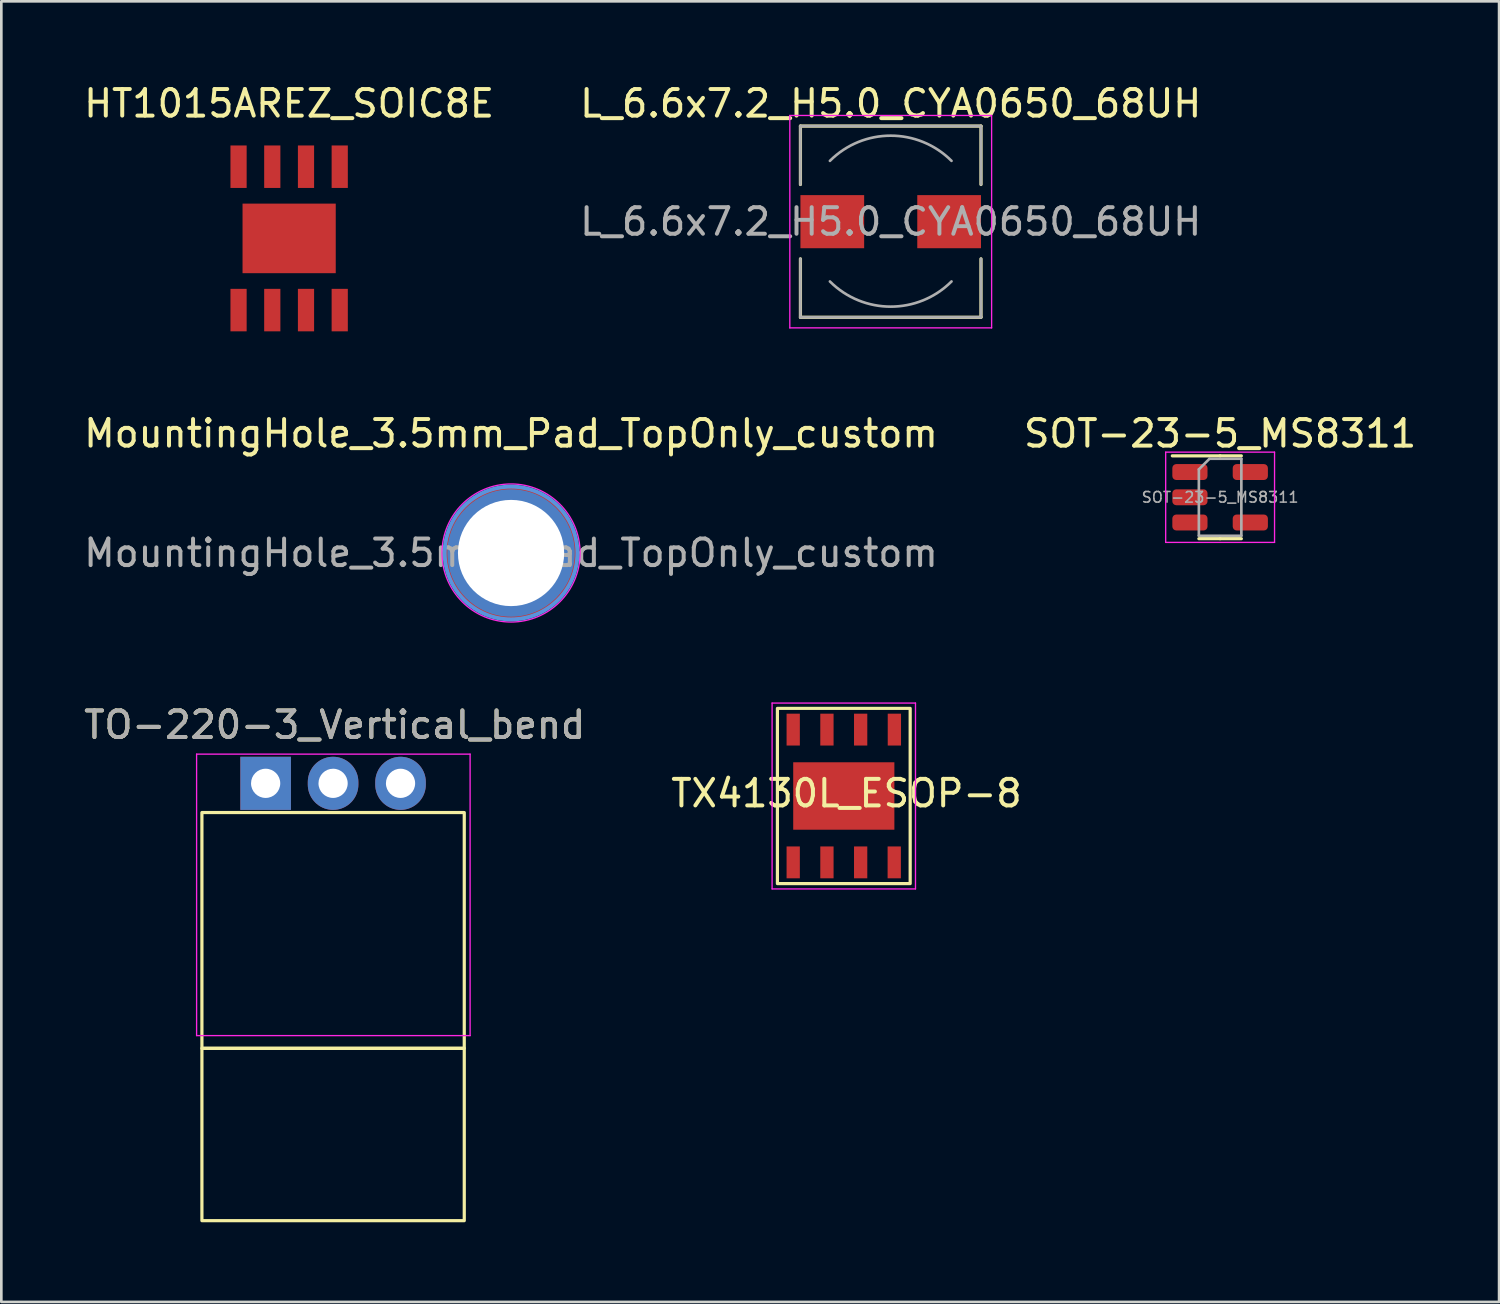
<source format=kicad_pcb>
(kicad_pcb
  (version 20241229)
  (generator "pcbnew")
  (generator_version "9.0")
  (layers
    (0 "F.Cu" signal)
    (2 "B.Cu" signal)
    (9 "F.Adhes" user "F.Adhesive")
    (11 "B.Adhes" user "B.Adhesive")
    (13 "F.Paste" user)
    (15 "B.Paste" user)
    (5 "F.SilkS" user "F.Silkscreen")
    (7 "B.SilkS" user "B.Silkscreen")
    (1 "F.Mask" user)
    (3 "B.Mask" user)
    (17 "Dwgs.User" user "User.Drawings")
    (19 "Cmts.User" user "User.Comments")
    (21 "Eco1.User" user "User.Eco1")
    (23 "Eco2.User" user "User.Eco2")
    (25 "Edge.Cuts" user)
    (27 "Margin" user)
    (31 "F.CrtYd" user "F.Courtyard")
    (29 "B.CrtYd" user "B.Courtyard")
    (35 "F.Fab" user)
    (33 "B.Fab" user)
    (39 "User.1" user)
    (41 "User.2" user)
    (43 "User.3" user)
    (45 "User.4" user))
  (footprint "MountingHole_3.5mm_Pad_TopOnly_custom"
    (layer "F.Cu")
    (at 16.196 17.776)
    (property "Reference" "MountingHole_3.5mm_Pad_TopOnly_custom" (at 0 -4.5 0) (layer "F.SilkS") (effects (font (size 1 1) (thickness 0.15))))
    (attr exclude_from_pos_files exclude_from_bom)
    (fp_circle (center 0 0) (end 2.5 0) (stroke (width 0.15) (type solid)) (fill no) (layer "Cmts.User"))
    (fp_circle (center 0 0) (end 2.6 0) (stroke (width 0.05) (type solid)) (fill no) (layer "F.CrtYd"))
    (fp_text user "${REFERENCE}" (at 0 0 0) (layer "F.Fab") (effects (font (size 1 1) (thickness 0.15))))
    (pad "1" thru_hole circle (at 0 0) (size 4.8 4.8) (drill 4) (layers "*.Cu" "*.Mask"))
    (pad "1" connect circle (at 0 0) (size 5 5) (layers "F.Cu" "F.Mask")))
  (footprint "TX4130L_ESOP-8"
    (layer "F.Cu")
    (at 28.727 26.927)
    (property "Reference" "TX4130L_ESOP-8" (at 0.1 -0.1 180) (layer "F.SilkS") (effects (font (size 1 1) (thickness 0.15))))
    (attr smd)
    (fp_rect (start -2.5 -3.3) (end 2.5 3.3) (stroke (width 0.12) (type solid)) (fill no) (layer "F.SilkS"))
    (fp_line (start -2.7 -3.5) (end 2.7 -3.5) (stroke (width 0.05) (type solid)) (layer "F.CrtYd"))
    (fp_line (start -2.7 3.5) (end -2.7 -3.5) (stroke (width 0.05) (type solid)) (layer "F.CrtYd"))
    (fp_line (start -2.7 3.5) (end 2.7 3.5) (stroke (width 0.05) (type solid)) (layer "F.CrtYd"))
    (fp_line (start 2.7 3.5) (end 2.7 -3.5) (stroke (width 0.05) (type solid)) (layer "F.CrtYd"))
    (pad "1" smd rect (at -1.905 2.5 180) (size 0.5 1.2) (layers "F.Cu" "F.Mask" "F.Paste"))
    (pad "2" smd rect (at -0.635 2.5 180) (size 0.5 1.2) (layers "F.Cu" "F.Mask" "F.Paste"))
    (pad "3" smd rect (at 0.635 2.5 180) (size 0.5 1.2) (layers "F.Cu" "F.Mask" "F.Paste"))
    (pad "4" smd rect (at 1.9 2.5 180) (size 0.5 1.2) (layers "F.Cu" "F.Mask" "F.Paste"))
    (pad "5" smd rect (at 1.905 -2.5 180) (size 0.5 1.2) (layers "F.Cu" "F.Mask" "F.Paste"))
    (pad "6" smd rect (at 0.635 -2.5 180) (size 0.5 1.2) (layers "F.Cu" "F.Mask" "F.Paste"))
    (pad "7" smd rect (at -0.635 -2.5 180) (size 0.5 1.2) (layers "F.Cu" "F.Mask" "F.Paste"))
    (pad "8" smd rect (at -1.905 -2.5 180) (size 0.5 1.2) (layers "F.Cu" "F.Mask" "F.Paste"))
    (pad "9" smd rect (at 0 0 180) (size 3.81 2.54) (layers "F.Cu" "F.Mask" "F.Paste")))
  (footprint "TO-220-3_Vertical_bend"
    (layer "F.Cu")
    (at 6.954 26.45)
    (property "Reference" "TO-220-3_Vertical_bend" (at 2.6 -2.2 0) (layer "F.SilkS") (effects (font (size 1 1) (thickness 0.15))))
    (attr through_hole)
    (fp_rect (start -2.4 9.98) (end 7.48 1.1) (stroke (width 0.12) (type solid)) (fill no) (layer "F.SilkS"))
    (fp_rect (start -2.4 16.47) (end 7.48 9.98) (stroke (width 0.12) (type solid)) (fill no) (layer "F.SilkS"))
    (fp_line (start -2.6 -1.1) (end -2.6 9.5) (stroke (width 0.05) (type solid)) (layer "F.CrtYd"))
    (fp_line (start -2.6 9.5) (end 7.7 9.5) (stroke (width 0.05) (type solid)) (layer "F.CrtYd"))
    (fp_line (start 7.7 -1.1) (end -2.6 -1.1) (stroke (width 0.05) (type solid)) (layer "F.CrtYd"))
    (fp_line (start 7.7 9.5) (end 7.7 -1.1) (stroke (width 0.05) (type solid)) (layer "F.CrtYd"))
    (fp_text user "${REFERENCE}" (at 2.6 -2.2 0) (layer "F.Fab") (effects (font (size 1 1) (thickness 0.15))))
    (pad "1" thru_hole rect (at 0 0) (size 1.905 2) (drill 1.1) (layers "*.Cu" "*.Mask"))
    (pad "2" thru_hole oval (at 2.54 0) (size 1.905 2) (drill 1.1) (layers "*.Cu" "*.Mask"))
    (pad "3" thru_hole oval (at 5.08 0) (size 1.905 2) (drill 1.1) (layers "*.Cu" "*.Mask")))
  (footprint "HT1015AREZ_SOIC8E"
    (layer "F.Cu")
    (at 7.839 5.928)
    (property "Reference" "HT1015AREZ_SOIC8E" (at 0 -5.08 0) (unlocked yes) (layer "F.SilkS") (effects (font (size 1 1) (thickness 0.15))))
    (attr smd)
    (pad "1" smd rect (at -1.905 2.7) (size 0.61 1.6) (layers "F.Cu" "F.Mask" "F.Paste"))
    (pad "2" smd rect (at -0.635 2.7) (size 0.61 1.6) (layers "F.Cu" "F.Mask" "F.Paste"))
    (pad "3" smd rect (at 0.635 2.7) (size 0.61 1.6) (layers "F.Cu" "F.Mask" "F.Paste"))
    (pad "4" smd rect (at 1.905 2.7) (size 0.61 1.6) (layers "F.Cu" "F.Mask" "F.Paste"))
    (pad "5" smd rect (at 1.905 -2.7) (size 0.61 1.6) (layers "F.Cu" "F.Mask" "F.Paste"))
    (pad "6" smd rect (at 0.635 -2.7) (size 0.61 1.6) (layers "F.Cu" "F.Mask" "F.Paste"))
    (pad "7" smd rect (at -0.635 -2.7) (size 0.61 1.6) (layers "F.Cu" "F.Mask" "F.Paste"))
    (pad "8" smd rect (at -1.905 -2.7) (size 0.61 1.6) (layers "F.Cu" "F.Mask" "F.Paste"))
    (pad "9" smd rect (at 0 0) (size 3.51 2.62) (layers "F.Cu" "F.Mask" "F.Paste")))
  (footprint "SOT-23-5_MS8311"
    (layer "F.Cu")
    (at 42.899 15.677)
    (property "Reference" "SOT-23-5_MS8311" (at 0 -2.4 180) (layer "F.SilkS") (effects (font (size 1 1) (thickness 0.15))))
    (attr smd)
    (fp_line (start 0 -1.56) (end -1.8 -1.56) (stroke (width 0.12) (type solid)) (layer "F.SilkS"))
    (fp_line (start 0 -1.56) (end 0.8 -1.56) (stroke (width 0.12) (type solid)) (layer "F.SilkS"))
    (fp_line (start 0 1.56) (end -0.8 1.56) (stroke (width 0.12) (type solid)) (layer "F.SilkS"))
    (fp_line (start 0 1.56) (end 0.8 1.56) (stroke (width 0.12) (type solid)) (layer "F.SilkS"))
    (fp_line (start -2.05 -1.7) (end -2.05 1.7) (stroke (width 0.05) (type solid)) (layer "F.CrtYd"))
    (fp_line (start -2.05 1.7) (end 2.05 1.7) (stroke (width 0.05) (type solid)) (layer "F.CrtYd"))
    (fp_line (start 2.05 -1.7) (end -2.05 -1.7) (stroke (width 0.05) (type solid)) (layer "F.CrtYd"))
    (fp_line (start 2.05 1.7) (end 2.05 -1.7) (stroke (width 0.05) (type solid)) (layer "F.CrtYd"))
    (fp_line (start -0.8 -1.05) (end -0.4 -1.45) (stroke (width 0.1) (type solid)) (layer "F.Fab"))
    (fp_line (start -0.8 1.45) (end -0.8 -1.05) (stroke (width 0.1) (type solid)) (layer "F.Fab"))
    (fp_line (start -0.4 -1.45) (end 0.8 -1.45) (stroke (width 0.1) (type solid)) (layer "F.Fab"))
    (fp_line (start 0.8 -1.45) (end 0.8 1.45) (stroke (width 0.1) (type solid)) (layer "F.Fab"))
    (fp_line (start 0.8 1.45) (end -0.8 1.45) (stroke (width 0.1) (type solid)) (layer "F.Fab"))
    (fp_text user "${REFERENCE}" (at 0 0 180) (layer "F.Fab") (effects (font (size 0.4 0.4) (thickness 0.06))))
    (pad "1" smd roundrect (at -1.137 -0.95) (size 1.325 0.6) (layers "F.Cu" "F.Mask" "F.Paste") (roundrect_rratio 0.25))
    (pad "2" smd roundrect (at -1.137 0) (size 1.325 0.6) (layers "F.Cu" "F.Mask" "F.Paste") (roundrect_rratio 0.25))
    (pad "3" smd roundrect (at -1.137 0.95) (size 1.325 0.6) (layers "F.Cu" "F.Mask" "F.Paste") (roundrect_rratio 0.25))
    (pad "4" smd roundrect (at 1.137 0.95) (size 1.325 0.6) (layers "F.Cu" "F.Mask" "F.Paste") (roundrect_rratio 0.25))
    (pad "5" smd roundrect (at 1.137 -0.95) (size 1.325 0.6) (layers "F.Cu" "F.Mask" "F.Paste") (roundrect_rratio 0.25)))
  (footprint "L_6.6x7.2_H5.0_CYA0650_68UH"
    (layer "F.Cu")
    (at 30.494 5.298)
    (property "Reference" "L_6.6x7.2_H5.0_CYA0650_68UH" (at 0 -4.45 0) (layer "F.SilkS") (effects (font (size 1 1) (thickness 0.15))))
    (attr smd)
    (fp_line (start -3.4 -3.6) (end 3.4 -3.6) (stroke (width 0.12) (type solid)) (layer "F.SilkS"))
    (fp_line (start -3.4 -1.4) (end -3.4 -3.6) (stroke (width 0.12) (type solid)) (layer "F.SilkS"))
    (fp_line (start -3.4 3.6) (end -3.4 1.4) (stroke (width 0.12) (type solid)) (layer "F.SilkS"))
    (fp_line (start 3.4 -3.6) (end 3.4 -1.4) (stroke (width 0.12) (type solid)) (layer "F.SilkS"))
    (fp_line (start 3.4 1.4) (end 3.4 3.6) (stroke (width 0.12) (type solid)) (layer "F.SilkS"))
    (fp_line (start 3.4 3.6) (end -3.4 3.6) (stroke (width 0.12) (type solid)) (layer "F.SilkS"))
    (fp_line (start -3.8 -4) (end -3.8 4) (stroke (width 0.05) (type solid)) (layer "F.CrtYd"))
    (fp_line (start -3.8 4) (end 3.8 4) (stroke (width 0.05) (type solid)) (layer "F.CrtYd"))
    (fp_line (start 3.8 -4) (end -3.8 -4) (stroke (width 0.05) (type solid)) (layer "F.CrtYd"))
    (fp_line (start 3.8 4) (end 3.8 -4) (stroke (width 0.05) (type solid)) (layer "F.CrtYd"))
    (fp_line (start -3.4 -3.6) (end -3.4 -1.4) (stroke (width 0.1) (type solid)) (layer "F.Fab"))
    (fp_line (start -3.4 -3.6) (end 3.4 -3.6) (stroke (width 0.1) (type solid)) (layer "F.Fab"))
    (fp_line (start -3.4 3.6) (end -3.4 1.4) (stroke (width 0.1) (type solid)) (layer "F.Fab"))
    (fp_line (start 3.4 -3.6) (end 3.4 -1.4) (stroke (width 0.1) (type solid)) (layer "F.Fab"))
    (fp_line (start 3.4 3.6) (end -3.4 3.6) (stroke (width 0.1) (type solid)) (layer "F.Fab"))
    (fp_line (start 3.4 3.6) (end 3.4 1.4) (stroke (width 0.1) (type solid)) (layer "F.Fab"))
    (fp_arc (start -2.29 -2.29) (mid 0 -3.238549) (end 2.29 -2.29) (stroke (width 0.1) (type solid)) (layer "F.Fab"))
    (fp_arc (start 2.29 2.251451) (mid 0 3.2) (end -2.29 2.251451) (stroke (width 0.1) (type solid)) (layer "F.Fab"))
    (fp_text user "${REFERENCE}" (at 0 0 0) (layer "F.Fab") (effects (font (size 1 1) (thickness 0.15))))
    (pad "1" smd rect (at -2.2 0) (size 2.4 2) (layers "F.Cu" "F.Mask" "F.Paste"))
    (pad "2" smd rect (at 2.2 0) (size 2.4 2) (layers "F.Cu" "F.Mask" "F.Paste")))
  (gr_rect
    (start -3 -3)
    (end 53.405 45.98)
    (stroke (width 0.1) (type default))
    (fill no)
    (layer "Edge.Cuts")))
</source>
